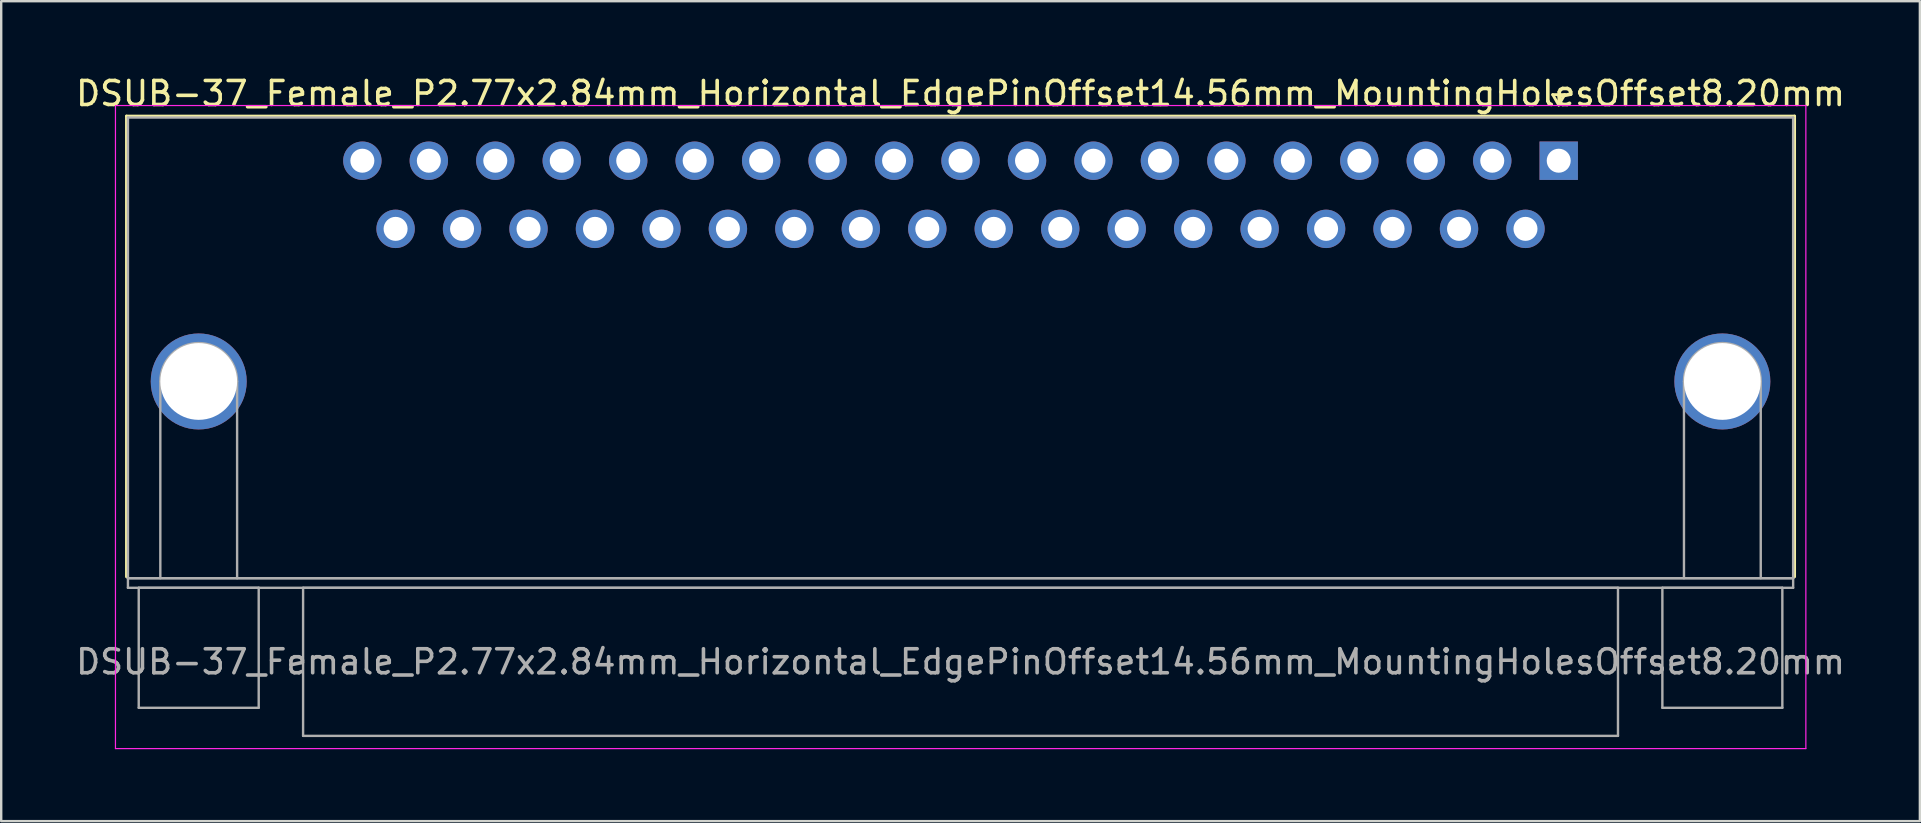
<source format=kicad_pcb>
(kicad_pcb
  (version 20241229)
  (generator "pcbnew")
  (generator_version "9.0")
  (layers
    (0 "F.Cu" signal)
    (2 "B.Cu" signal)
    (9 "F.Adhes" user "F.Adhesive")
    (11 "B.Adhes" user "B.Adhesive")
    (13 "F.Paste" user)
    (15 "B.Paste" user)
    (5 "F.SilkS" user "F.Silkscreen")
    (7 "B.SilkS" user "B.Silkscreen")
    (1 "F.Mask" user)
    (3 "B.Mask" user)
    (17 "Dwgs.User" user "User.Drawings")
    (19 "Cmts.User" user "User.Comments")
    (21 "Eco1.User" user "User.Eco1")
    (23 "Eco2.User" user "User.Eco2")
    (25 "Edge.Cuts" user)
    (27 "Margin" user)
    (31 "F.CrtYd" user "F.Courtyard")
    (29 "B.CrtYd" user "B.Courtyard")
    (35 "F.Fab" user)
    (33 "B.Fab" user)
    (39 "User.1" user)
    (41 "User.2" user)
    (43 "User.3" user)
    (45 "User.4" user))
  (footprint "DSUB-37_Female_P2.77x2.84mm_Horizontal_EdgePinOffset14.56mm_MountingHolesOffset8.20mm"
    (layer "F.Cu")
    (at 61.912 3.648)
    (property "Reference" "DSUB-37_Female_P2.77x2.84mm_Horizontal_EdgePinOffset14.56mm_MountingHolesOffset8.20mm" (at -24.93 -2.8 0) (layer "F.SilkS") (effects (font (size 1 1) (thickness 0.15))))
    (attr through_hole)
    (fp_line (start -59.69 -1.86) (end 9.83 -1.86) (stroke (width 0.12) (type solid)) (layer "F.SilkS"))
    (fp_line (start -59.69 17.34) (end -59.69 -1.86) (stroke (width 0.12) (type solid)) (layer "F.SilkS"))
    (fp_line (start -0.25 -2.754) (end 0.25 -2.754) (stroke (width 0.12) (type solid)) (layer "F.SilkS"))
    (fp_line (start 0 -2.321) (end -0.25 -2.754) (stroke (width 0.12) (type solid)) (layer "F.SilkS"))
    (fp_line (start 0.25 -2.754) (end 0 -2.321) (stroke (width 0.12) (type solid)) (layer "F.SilkS"))
    (fp_line (start 9.83 -1.86) (end 9.83 17.34) (stroke (width 0.12) (type solid)) (layer "F.SilkS"))
    (fp_line (start -60.15 -2.3) (end -60.15 24.5) (stroke (width 0.05) (type solid)) (layer "F.CrtYd"))
    (fp_line (start -60.15 24.5) (end 10.3 24.5) (stroke (width 0.05) (type solid)) (layer "F.CrtYd"))
    (fp_line (start 10.3 -2.3) (end -60.15 -2.3) (stroke (width 0.05) (type solid)) (layer "F.CrtYd"))
    (fp_line (start 10.3 24.5) (end 10.3 -2.3) (stroke (width 0.05) (type solid)) (layer "F.CrtYd"))
    (fp_line (start -59.63 -1.8) (end -59.63 17.4) (stroke (width 0.1) (type solid)) (layer "F.Fab"))
    (fp_line (start -59.63 17.4) (end -59.63 17.8) (stroke (width 0.1) (type solid)) (layer "F.Fab"))
    (fp_line (start -59.63 17.4) (end 9.77 17.4) (stroke (width 0.1) (type solid)) (layer "F.Fab"))
    (fp_line (start -59.63 17.8) (end 9.77 17.8) (stroke (width 0.1) (type solid)) (layer "F.Fab"))
    (fp_line (start -59.18 17.8) (end -59.18 22.8) (stroke (width 0.1) (type solid)) (layer "F.Fab"))
    (fp_line (start -59.18 22.8) (end -54.18 22.8) (stroke (width 0.1) (type solid)) (layer "F.Fab"))
    (fp_line (start -58.28 17.4) (end -58.28 9.2) (stroke (width 0.1) (type solid)) (layer "F.Fab"))
    (fp_line (start -55.08 17.4) (end -55.08 9.2) (stroke (width 0.1) (type solid)) (layer "F.Fab"))
    (fp_line (start -54.18 17.8) (end -59.18 17.8) (stroke (width 0.1) (type solid)) (layer "F.Fab"))
    (fp_line (start -54.18 22.8) (end -54.18 17.8) (stroke (width 0.1) (type solid)) (layer "F.Fab"))
    (fp_line (start -52.33 17.8) (end -52.33 23.97) (stroke (width 0.1) (type solid)) (layer "F.Fab"))
    (fp_line (start -52.33 23.97) (end 2.47 23.97) (stroke (width 0.1) (type solid)) (layer "F.Fab"))
    (fp_line (start 2.47 17.8) (end -52.33 17.8) (stroke (width 0.1) (type solid)) (layer "F.Fab"))
    (fp_line (start 2.47 23.97) (end 2.47 17.8) (stroke (width 0.1) (type solid)) (layer "F.Fab"))
    (fp_line (start 4.32 17.8) (end 4.32 22.8) (stroke (width 0.1) (type solid)) (layer "F.Fab"))
    (fp_line (start 4.32 22.8) (end 9.32 22.8) (stroke (width 0.1) (type solid)) (layer "F.Fab"))
    (fp_line (start 5.22 17.4) (end 5.22 9.2) (stroke (width 0.1) (type solid)) (layer "F.Fab"))
    (fp_line (start 8.42 17.4) (end 8.42 9.2) (stroke (width 0.1) (type solid)) (layer "F.Fab"))
    (fp_line (start 9.32 17.8) (end 4.32 17.8) (stroke (width 0.1) (type solid)) (layer "F.Fab"))
    (fp_line (start 9.32 22.8) (end 9.32 17.8) (stroke (width 0.1) (type solid)) (layer "F.Fab"))
    (fp_line (start 9.77 -1.8) (end -59.63 -1.8) (stroke (width 0.1) (type solid)) (layer "F.Fab"))
    (fp_line (start 9.77 17.4) (end -59.63 17.4) (stroke (width 0.1) (type solid)) (layer "F.Fab"))
    (fp_line (start 9.77 17.4) (end 9.77 -1.8) (stroke (width 0.1) (type solid)) (layer "F.Fab"))
    (fp_line (start 9.77 17.8) (end 9.77 17.4) (stroke (width 0.1) (type solid)) (layer "F.Fab"))
    (fp_arc (start -58.28 9.2) (mid -56.68 7.6) (end -55.08 9.2) (stroke (width 0.1) (type solid)) (layer "F.Fab"))
    (fp_arc (start 5.22 9.2) (mid 6.82 7.6) (end 8.42 9.2) (stroke (width 0.1) (type solid)) (layer "F.Fab"))
    (fp_text user "${REFERENCE}" (at -24.93 20.885 0) (layer "F.Fab") (effects (font (size 1 1) (thickness 0.15))))
    (pad "0" thru_hole circle (at -56.68 9.2) (size 4 4) (drill 3.2) (layers "*.Cu" "*.Mask"))
    (pad "0" thru_hole circle (at 6.82 9.2) (size 4 4) (drill 3.2) (layers "*.Cu" "*.Mask"))
    (pad "1" thru_hole rect (at 0 0) (size 1.6 1.6) (drill 1) (layers "*.Cu" "*.Mask"))
    (pad "2" thru_hole circle (at -2.77 0) (size 1.6 1.6) (drill 1) (layers "*.Cu" "*.Mask"))
    (pad "3" thru_hole circle (at -5.54 0) (size 1.6 1.6) (drill 1) (layers "*.Cu" "*.Mask"))
    (pad "4" thru_hole circle (at -8.31 0) (size 1.6 1.6) (drill 1) (layers "*.Cu" "*.Mask"))
    (pad "5" thru_hole circle (at -11.08 0) (size 1.6 1.6) (drill 1) (layers "*.Cu" "*.Mask"))
    (pad "6" thru_hole circle (at -13.85 0) (size 1.6 1.6) (drill 1) (layers "*.Cu" "*.Mask"))
    (pad "7" thru_hole circle (at -16.62 0) (size 1.6 1.6) (drill 1) (layers "*.Cu" "*.Mask"))
    (pad "8" thru_hole circle (at -19.39 0) (size 1.6 1.6) (drill 1) (layers "*.Cu" "*.Mask"))
    (pad "9" thru_hole circle (at -22.16 0) (size 1.6 1.6) (drill 1) (layers "*.Cu" "*.Mask"))
    (pad "10" thru_hole circle (at -24.93 0) (size 1.6 1.6) (drill 1) (layers "*.Cu" "*.Mask"))
    (pad "11" thru_hole circle (at -27.7 0) (size 1.6 1.6) (drill 1) (layers "*.Cu" "*.Mask"))
    (pad "12" thru_hole circle (at -30.47 0) (size 1.6 1.6) (drill 1) (layers "*.Cu" "*.Mask"))
    (pad "13" thru_hole circle (at -33.24 0) (size 1.6 1.6) (drill 1) (layers "*.Cu" "*.Mask"))
    (pad "14" thru_hole circle (at -36.01 0) (size 1.6 1.6) (drill 1) (layers "*.Cu" "*.Mask"))
    (pad "15" thru_hole circle (at -38.78 0) (size 1.6 1.6) (drill 1) (layers "*.Cu" "*.Mask"))
    (pad "16" thru_hole circle (at -41.55 0) (size 1.6 1.6) (drill 1) (layers "*.Cu" "*.Mask"))
    (pad "17" thru_hole circle (at -44.32 0) (size 1.6 1.6) (drill 1) (layers "*.Cu" "*.Mask"))
    (pad "18" thru_hole circle (at -47.09 0) (size 1.6 1.6) (drill 1) (layers "*.Cu" "*.Mask"))
    (pad "19" thru_hole circle (at -49.86 0) (size 1.6 1.6) (drill 1) (layers "*.Cu" "*.Mask"))
    (pad "20" thru_hole circle (at -1.385 2.84) (size 1.6 1.6) (drill 1) (layers "*.Cu" "*.Mask"))
    (pad "21" thru_hole circle (at -4.155 2.84) (size 1.6 1.6) (drill 1) (layers "*.Cu" "*.Mask"))
    (pad "22" thru_hole circle (at -6.925 2.84) (size 1.6 1.6) (drill 1) (layers "*.Cu" "*.Mask"))
    (pad "23" thru_hole circle (at -9.695 2.84) (size 1.6 1.6) (drill 1) (layers "*.Cu" "*.Mask"))
    (pad "24" thru_hole circle (at -12.465 2.84) (size 1.6 1.6) (drill 1) (layers "*.Cu" "*.Mask"))
    (pad "25" thru_hole circle (at -15.235 2.84) (size 1.6 1.6) (drill 1) (layers "*.Cu" "*.Mask"))
    (pad "26" thru_hole circle (at -18.005 2.84) (size 1.6 1.6) (drill 1) (layers "*.Cu" "*.Mask"))
    (pad "27" thru_hole circle (at -20.775 2.84) (size 1.6 1.6) (drill 1) (layers "*.Cu" "*.Mask"))
    (pad "28" thru_hole circle (at -23.545 2.84) (size 1.6 1.6) (drill 1) (layers "*.Cu" "*.Mask"))
    (pad "29" thru_hole circle (at -26.315 2.84) (size 1.6 1.6) (drill 1) (layers "*.Cu" "*.Mask"))
    (pad "30" thru_hole circle (at -29.085 2.84) (size 1.6 1.6) (drill 1) (layers "*.Cu" "*.Mask"))
    (pad "31" thru_hole circle (at -31.855 2.84) (size 1.6 1.6) (drill 1) (layers "*.Cu" "*.Mask"))
    (pad "32" thru_hole circle (at -34.625 2.84) (size 1.6 1.6) (drill 1) (layers "*.Cu" "*.Mask"))
    (pad "33" thru_hole circle (at -37.395 2.84) (size 1.6 1.6) (drill 1) (layers "*.Cu" "*.Mask"))
    (pad "34" thru_hole circle (at -40.165 2.84) (size 1.6 1.6) (drill 1) (layers "*.Cu" "*.Mask"))
    (pad "35" thru_hole circle (at -42.935 2.84) (size 1.6 1.6) (drill 1) (layers "*.Cu" "*.Mask"))
    (pad "36" thru_hole circle (at -45.705 2.84) (size 1.6 1.6) (drill 1) (layers "*.Cu" "*.Mask"))
    (pad "37" thru_hole circle (at -48.475 2.84) (size 1.6 1.6) (drill 1) (layers "*.Cu" "*.Mask")))
  (gr_rect
    (start -3 -3)
    (end 76.964 31.173)
    (stroke (width 0.1) (type default))
    (fill no)
    (layer "Edge.Cuts")))
</source>
